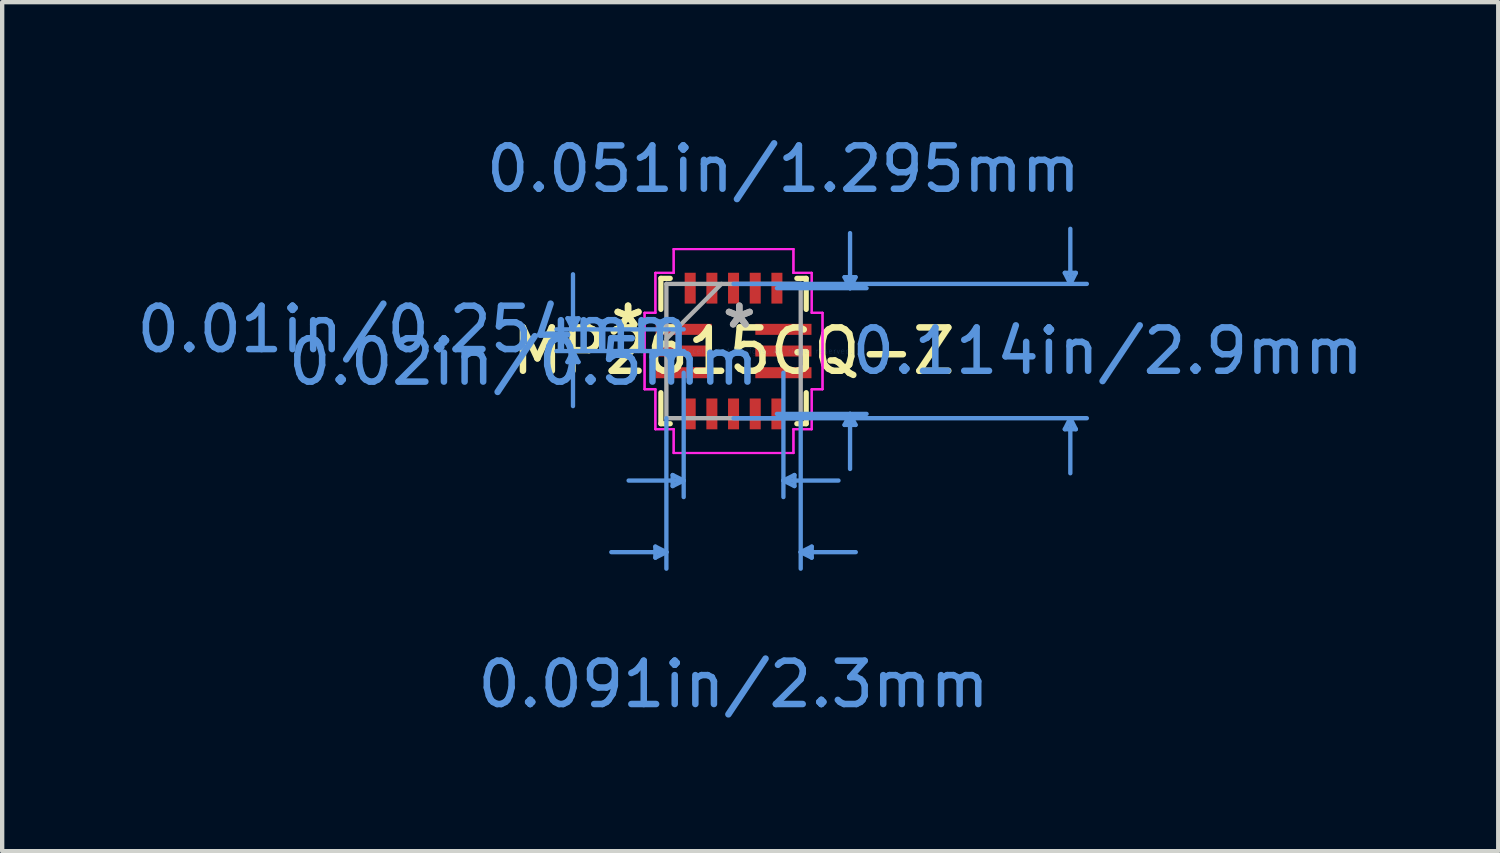
<source format=kicad_pcb>
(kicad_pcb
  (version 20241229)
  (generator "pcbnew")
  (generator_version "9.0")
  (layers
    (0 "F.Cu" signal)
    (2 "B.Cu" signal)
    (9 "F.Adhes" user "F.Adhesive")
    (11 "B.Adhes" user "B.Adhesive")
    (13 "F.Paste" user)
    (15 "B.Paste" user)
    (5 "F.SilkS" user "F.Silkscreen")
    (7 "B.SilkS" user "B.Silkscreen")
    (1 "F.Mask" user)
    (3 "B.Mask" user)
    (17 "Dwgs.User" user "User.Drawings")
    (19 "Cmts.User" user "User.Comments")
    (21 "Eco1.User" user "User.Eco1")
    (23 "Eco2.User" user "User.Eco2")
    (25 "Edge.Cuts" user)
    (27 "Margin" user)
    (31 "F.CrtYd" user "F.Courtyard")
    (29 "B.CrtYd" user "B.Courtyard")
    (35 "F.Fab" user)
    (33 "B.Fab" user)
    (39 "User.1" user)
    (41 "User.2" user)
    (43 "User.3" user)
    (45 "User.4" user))
  (footprint "MP2615GQ-Z"
    (layer "F.Cu")
    (at 13.868 5.046)
    (property "Reference" "MP2615GQ-Z" (at 0 0 0) (layer "F.SilkS") (effects (font (size 1 1) (thickness 0.15))))
    (attr through_hole)
    (fp_line (start -1.676 -1.676) (end -1.676 -0.96) (stroke (width 0.12) (type solid)) (layer "F.SilkS"))
    (fp_line (start -1.676 0.96) (end -1.676 1.676) (stroke (width 0.12) (type solid)) (layer "F.SilkS"))
    (fp_line (start -1.676 1.676) (end -1.46 1.676) (stroke (width 0.12) (type solid)) (layer "F.SilkS"))
    (fp_line (start -1.46 -1.676) (end -1.676 -1.676) (stroke (width 0.12) (type solid)) (layer "F.SilkS"))
    (fp_line (start 1.46 1.676) (end 1.676 1.676) (stroke (width 0.12) (type solid)) (layer "F.SilkS"))
    (fp_line (start 1.676 -1.676) (end 1.46 -1.676) (stroke (width 0.12) (type solid)) (layer "F.SilkS"))
    (fp_line (start 1.676 -0.96) (end 1.676 -1.676) (stroke (width 0.12) (type solid)) (layer "F.SilkS"))
    (fp_line (start 1.676 1.676) (end 1.676 0.96) (stroke (width 0.12) (type solid)) (layer "F.SilkS"))
    (fp_line (start -3.83 -0.754) (end -3.576 -0.754) (stroke (width 0.1) (type solid)) (layer "Cmts.User"))
    (fp_line (start -3.83 0.254) (end -3.576 0.254) (stroke (width 0.1) (type solid)) (layer "Cmts.User"))
    (fp_line (start -3.703 -0.5) (end -3.83 -0.754) (stroke (width 0.1) (type solid)) (layer "Cmts.User"))
    (fp_line (start -3.703 -0.5) (end -3.703 -1.77) (stroke (width 0.1) (type solid)) (layer "Cmts.User"))
    (fp_line (start -3.703 -0.5) (end -3.576 -0.754) (stroke (width 0.1) (type solid)) (layer "Cmts.User"))
    (fp_line (start -3.703 0) (end -3.83 0.254) (stroke (width 0.1) (type solid)) (layer "Cmts.User"))
    (fp_line (start -3.703 0) (end -3.703 1.27) (stroke (width 0.1) (type solid)) (layer "Cmts.User"))
    (fp_line (start -3.703 0) (end -3.576 0.254) (stroke (width 0.1) (type solid)) (layer "Cmts.User"))
    (fp_line (start -1.803 4.511) (end -1.803 4.765) (stroke (width 0.1) (type solid)) (layer "Cmts.User"))
    (fp_line (start -1.549 1.549) (end -1.549 5.019) (stroke (width 0.1) (type solid)) (layer "Cmts.User"))
    (fp_line (start -1.549 4.638) (end -2.819 4.638) (stroke (width 0.1) (type solid)) (layer "Cmts.User"))
    (fp_line (start -1.549 4.638) (end -1.803 4.511) (stroke (width 0.1) (type solid)) (layer "Cmts.User"))
    (fp_line (start -1.549 4.638) (end -1.803 4.765) (stroke (width 0.1) (type solid)) (layer "Cmts.User"))
    (fp_line (start -1.404 2.86) (end -1.404 3.114) (stroke (width 0.1) (type solid)) (layer "Cmts.User"))
    (fp_line (start -1.15 -0.5) (end -4.084 -0.5) (stroke (width 0.1) (type solid)) (layer "Cmts.User"))
    (fp_line (start -1.15 0) (end -4.084 0) (stroke (width 0.1) (type solid)) (layer "Cmts.User"))
    (fp_line (start -1.15 0.5) (end -1.15 3.368) (stroke (width 0.1) (type solid)) (layer "Cmts.User"))
    (fp_line (start -1.15 2.987) (end -2.42 2.987) (stroke (width 0.1) (type solid)) (layer "Cmts.User"))
    (fp_line (start -1.15 2.987) (end -1.404 2.86) (stroke (width 0.1) (type solid)) (layer "Cmts.User"))
    (fp_line (start -1.15 2.987) (end -1.404 3.114) (stroke (width 0.1) (type solid)) (layer "Cmts.User"))
    (fp_line (start 0 -1.549) (end 8.148 -1.549) (stroke (width 0.1) (type solid)) (layer "Cmts.User"))
    (fp_line (start 0 1.549) (end 8.148 1.549) (stroke (width 0.1) (type solid)) (layer "Cmts.User"))
    (fp_line (start 1 -1.45) (end 3.068 -1.45) (stroke (width 0.1) (type solid)) (layer "Cmts.User"))
    (fp_line (start 1 1.45) (end 3.068 1.45) (stroke (width 0.1) (type solid)) (layer "Cmts.User"))
    (fp_line (start 1.15 0.5) (end 1.15 3.368) (stroke (width 0.1) (type solid)) (layer "Cmts.User"))
    (fp_line (start 1.15 2.987) (end 1.404 2.86) (stroke (width 0.1) (type solid)) (layer "Cmts.User"))
    (fp_line (start 1.15 2.987) (end 1.404 3.114) (stroke (width 0.1) (type solid)) (layer "Cmts.User"))
    (fp_line (start 1.15 2.987) (end 2.42 2.987) (stroke (width 0.1) (type solid)) (layer "Cmts.User"))
    (fp_line (start 1.404 2.86) (end 1.404 3.114) (stroke (width 0.1) (type solid)) (layer "Cmts.User"))
    (fp_line (start 1.549 1.549) (end 1.549 5.019) (stroke (width 0.1) (type solid)) (layer "Cmts.User"))
    (fp_line (start 1.549 4.638) (end 1.803 4.511) (stroke (width 0.1) (type solid)) (layer "Cmts.User"))
    (fp_line (start 1.549 4.638) (end 1.803 4.765) (stroke (width 0.1) (type solid)) (layer "Cmts.User"))
    (fp_line (start 1.549 4.638) (end 2.819 4.638) (stroke (width 0.1) (type solid)) (layer "Cmts.User"))
    (fp_line (start 1.803 4.511) (end 1.803 4.765) (stroke (width 0.1) (type solid)) (layer "Cmts.User"))
    (fp_line (start 2.56 -1.704) (end 2.814 -1.704) (stroke (width 0.1) (type solid)) (layer "Cmts.User"))
    (fp_line (start 2.56 1.704) (end 2.814 1.704) (stroke (width 0.1) (type solid)) (layer "Cmts.User"))
    (fp_line (start 2.687 -1.45) (end 2.56 -1.704) (stroke (width 0.1) (type solid)) (layer "Cmts.User"))
    (fp_line (start 2.687 -1.45) (end 2.687 -2.72) (stroke (width 0.1) (type solid)) (layer "Cmts.User"))
    (fp_line (start 2.687 -1.45) (end 2.814 -1.704) (stroke (width 0.1) (type solid)) (layer "Cmts.User"))
    (fp_line (start 2.687 1.45) (end 2.56 1.704) (stroke (width 0.1) (type solid)) (layer "Cmts.User"))
    (fp_line (start 2.687 1.45) (end 2.687 2.72) (stroke (width 0.1) (type solid)) (layer "Cmts.User"))
    (fp_line (start 2.687 1.45) (end 2.814 1.704) (stroke (width 0.1) (type solid)) (layer "Cmts.User"))
    (fp_line (start 7.64 -1.803) (end 7.894 -1.803) (stroke (width 0.1) (type solid)) (layer "Cmts.User"))
    (fp_line (start 7.64 1.803) (end 7.894 1.803) (stroke (width 0.1) (type solid)) (layer "Cmts.User"))
    (fp_line (start 7.767 -1.549) (end 7.64 -1.803) (stroke (width 0.1) (type solid)) (layer "Cmts.User"))
    (fp_line (start 7.767 -1.549) (end 7.767 -2.819) (stroke (width 0.1) (type solid)) (layer "Cmts.User"))
    (fp_line (start 7.767 -1.549) (end 7.894 -1.803) (stroke (width 0.1) (type solid)) (layer "Cmts.User"))
    (fp_line (start 7.767 1.549) (end 7.64 1.803) (stroke (width 0.1) (type solid)) (layer "Cmts.User"))
    (fp_line (start 7.767 1.549) (end 7.767 2.819) (stroke (width 0.1) (type solid)) (layer "Cmts.User"))
    (fp_line (start 7.767 1.549) (end 7.894 1.803) (stroke (width 0.1) (type solid)) (layer "Cmts.User"))
    (fp_line (start -2.052 -0.881) (end -1.803 -0.881) (stroke (width 0.05) (type solid)) (layer "F.CrtYd"))
    (fp_line (start -2.052 -0.881) (end -1.803 -0.881) (stroke (width 0.05) (type solid)) (layer "F.CrtYd"))
    (fp_line (start -2.052 0.881) (end -2.052 -0.881) (stroke (width 0.05) (type solid)) (layer "F.CrtYd"))
    (fp_line (start -2.052 0.881) (end -2.052 -0.881) (stroke (width 0.05) (type solid)) (layer "F.CrtYd"))
    (fp_line (start -1.803 -1.803) (end -1.381 -1.803) (stroke (width 0.05) (type solid)) (layer "F.CrtYd"))
    (fp_line (start -1.803 -1.803) (end -1.381 -1.803) (stroke (width 0.05) (type solid)) (layer "F.CrtYd"))
    (fp_line (start -1.803 -0.881) (end -1.803 -1.803) (stroke (width 0.05) (type solid)) (layer "F.CrtYd"))
    (fp_line (start -1.803 -0.881) (end -1.803 -1.803) (stroke (width 0.05) (type solid)) (layer "F.CrtYd"))
    (fp_line (start -1.803 0.881) (end -2.052 0.881) (stroke (width 0.05) (type solid)) (layer "F.CrtYd"))
    (fp_line (start -1.803 0.881) (end -2.052 0.881) (stroke (width 0.05) (type solid)) (layer "F.CrtYd"))
    (fp_line (start -1.803 1.803) (end -1.803 0.881) (stroke (width 0.05) (type solid)) (layer "F.CrtYd"))
    (fp_line (start -1.803 1.803) (end -1.803 0.881) (stroke (width 0.05) (type solid)) (layer "F.CrtYd"))
    (fp_line (start -1.381 -2.352) (end 1.381 -2.352) (stroke (width 0.05) (type solid)) (layer "F.CrtYd"))
    (fp_line (start -1.381 -2.352) (end 1.381 -2.352) (stroke (width 0.05) (type solid)) (layer "F.CrtYd"))
    (fp_line (start -1.381 -1.803) (end -1.381 -2.352) (stroke (width 0.05) (type solid)) (layer "F.CrtYd"))
    (fp_line (start -1.381 -1.803) (end -1.381 -2.352) (stroke (width 0.05) (type solid)) (layer "F.CrtYd"))
    (fp_line (start -1.381 1.803) (end -1.803 1.803) (stroke (width 0.05) (type solid)) (layer "F.CrtYd"))
    (fp_line (start -1.381 1.803) (end -1.803 1.803) (stroke (width 0.05) (type solid)) (layer "F.CrtYd"))
    (fp_line (start -1.381 2.352) (end -1.381 1.803) (stroke (width 0.05) (type solid)) (layer "F.CrtYd"))
    (fp_line (start -1.381 2.352) (end -1.381 1.803) (stroke (width 0.05) (type solid)) (layer "F.CrtYd"))
    (fp_line (start 1.381 -2.352) (end 1.381 -1.803) (stroke (width 0.05) (type solid)) (layer "F.CrtYd"))
    (fp_line (start 1.381 -2.352) (end 1.381 -1.803) (stroke (width 0.05) (type solid)) (layer "F.CrtYd"))
    (fp_line (start 1.381 -1.803) (end 1.803 -1.803) (stroke (width 0.05) (type solid)) (layer "F.CrtYd"))
    (fp_line (start 1.381 -1.803) (end 1.803 -1.803) (stroke (width 0.05) (type solid)) (layer "F.CrtYd"))
    (fp_line (start 1.381 1.803) (end 1.381 2.352) (stroke (width 0.05) (type solid)) (layer "F.CrtYd"))
    (fp_line (start 1.381 1.803) (end 1.381 2.352) (stroke (width 0.05) (type solid)) (layer "F.CrtYd"))
    (fp_line (start 1.381 2.352) (end -1.381 2.352) (stroke (width 0.05) (type solid)) (layer "F.CrtYd"))
    (fp_line (start 1.381 2.352) (end -1.381 2.352) (stroke (width 0.05) (type solid)) (layer "F.CrtYd"))
    (fp_line (start 1.803 -1.803) (end 1.803 -0.881) (stroke (width 0.05) (type solid)) (layer "F.CrtYd"))
    (fp_line (start 1.803 -1.803) (end 1.803 -0.881) (stroke (width 0.05) (type solid)) (layer "F.CrtYd"))
    (fp_line (start 1.803 -0.881) (end 2.052 -0.881) (stroke (width 0.05) (type solid)) (layer "F.CrtYd"))
    (fp_line (start 1.803 -0.881) (end 2.052 -0.881) (stroke (width 0.05) (type solid)) (layer "F.CrtYd"))
    (fp_line (start 1.803 0.881) (end 1.803 1.803) (stroke (width 0.05) (type solid)) (layer "F.CrtYd"))
    (fp_line (start 1.803 0.881) (end 1.803 1.803) (stroke (width 0.05) (type solid)) (layer "F.CrtYd"))
    (fp_line (start 1.803 1.803) (end 1.381 1.803) (stroke (width 0.05) (type solid)) (layer "F.CrtYd"))
    (fp_line (start 1.803 1.803) (end 1.381 1.803) (stroke (width 0.05) (type solid)) (layer "F.CrtYd"))
    (fp_line (start 2.052 -0.881) (end 2.052 0.881) (stroke (width 0.05) (type solid)) (layer "F.CrtYd"))
    (fp_line (start 2.052 -0.881) (end 2.052 0.881) (stroke (width 0.05) (type solid)) (layer "F.CrtYd"))
    (fp_line (start 2.052 0.881) (end 1.803 0.881) (stroke (width 0.05) (type solid)) (layer "F.CrtYd"))
    (fp_line (start 2.052 0.881) (end 1.803 0.881) (stroke (width 0.05) (type solid)) (layer "F.CrtYd"))
    (fp_line (start -1.549 -1.549) (end -1.549 1.549) (stroke (width 0.1) (type solid)) (layer "F.Fab"))
    (fp_line (start -1.549 -0.279) (end -0.279 -1.549) (stroke (width 0.1) (type solid)) (layer "F.Fab"))
    (fp_line (start -1.549 1.549) (end 1.549 1.549) (stroke (width 0.1) (type solid)) (layer "F.Fab"))
    (fp_line (start 1.549 -1.549) (end -1.549 -1.549) (stroke (width 0.1) (type solid)) (layer "F.Fab"))
    (fp_line (start 1.549 1.549) (end 1.549 -1.549) (stroke (width 0.1) (type solid)) (layer "F.Fab"))
    (fp_text user "*" (at -2.433 -0.5 0) (layer "F.SilkS") (effects (font (size 1 1) (thickness 0.15))))
    (fp_text user "*" (at -2.433 -0.5 0) (layer "F.SilkS") (effects (font (size 1 1) (thickness 0.15))))
    (fp_text user "0.114in/2.9mm" (at 8.63 0 0) (layer "Cmts.User") (effects (font (size 1 1) (thickness 0.15))))
    (fp_text user "0.051in/1.295mm" (at 1.15 -4.198 0) (layer "Cmts.User") (effects (font (size 1 1) (thickness 0.15))))
    (fp_text user "0.091in/2.3mm" (at 0 7.686 0) (layer "Cmts.User") (effects (font (size 1 1) (thickness 0.15))))
    (fp_text user "0.02in/0.5mm" (at -4.846 0.25 0) (layer "Cmts.User") (effects (font (size 1 1) (thickness 0.15))))
    (fp_text user "0.01in/0.254mm" (at -7.386 -0.5 0) (layer "Cmts.User") (effects (font (size 1 1) (thickness 0.15))))
    (fp_text user "Copyright 2021 Accelerated Designs. All rights reserved." (at 0 0 0) (layer "Cmts.User") (effects (font (size 0.127 0.127) (thickness 0.002))))
    (fp_text user "*" (at 0.133 -0.5 0) (layer "F.Fab") (effects (font (size 1 1) (thickness 0.15))))
    (fp_text user "*" (at 0.133 -0.5 0) (layer "F.Fab") (effects (font (size 1 1) (thickness 0.15))))
    (pad "1" smd rect (at -1.15 -0.5) (size 1.295 0.254) (layers "F.Cu" "F.Mask" "F.Paste"))
    (pad "2" smd rect (at -1.15 0) (size 1.295 0.254) (layers "F.Cu" "F.Mask" "F.Paste"))
    (pad "3" smd rect (at -1.15 0.5) (size 1.295 0.254) (layers "F.Cu" "F.Mask" "F.Paste"))
    (pad "4" smd rect (at -1 1.45 90) (size 0.711 0.254) (layers "F.Cu" "F.Mask" "F.Paste"))
    (pad "5" smd rect (at -0.5 1.45 90) (size 0.711 0.254) (layers "F.Cu" "F.Mask" "F.Paste"))
    (pad "6" smd rect (at 0 1.45 90) (size 0.711 0.254) (layers "F.Cu" "F.Mask" "F.Paste"))
    (pad "7" smd rect (at 0.5 1.45 90) (size 0.711 0.254) (layers "F.Cu" "F.Mask" "F.Paste"))
    (pad "8" smd rect (at 1 1.45 90) (size 0.711 0.254) (layers "F.Cu" "F.Mask" "F.Paste"))
    (pad "9" smd rect (at 1.15 0.5) (size 1.295 0.254) (layers "F.Cu" "F.Mask" "F.Paste"))
    (pad "10" smd rect (at 1.15 0) (size 1.295 0.254) (layers "F.Cu" "F.Mask" "F.Paste"))
    (pad "11" smd rect (at 1.15 -0.5) (size 1.295 0.254) (layers "F.Cu" "F.Mask" "F.Paste"))
    (pad "12" smd rect (at 1 -1.45 90) (size 0.711 0.254) (layers "F.Cu" "F.Mask" "F.Paste"))
    (pad "13" smd rect (at 0.5 -1.45 90) (size 0.711 0.254) (layers "F.Cu" "F.Mask" "F.Paste"))
    (pad "14" smd rect (at 0 -1.45 90) (size 0.711 0.254) (layers "F.Cu" "F.Mask" "F.Paste"))
    (pad "15" smd rect (at -0.5 -1.45 90) (size 0.711 0.254) (layers "F.Cu" "F.Mask" "F.Paste"))
    (pad "16" smd rect (at -1 -1.45 90) (size 0.711 0.254) (layers "F.Cu" "F.Mask" "F.Paste")))
  (gr_rect
    (start -3 -3)
    (end 31.504 16.58)
    (stroke (width 0.1) (type default))
    (fill no)
    (layer "Edge.Cuts")))
</source>
